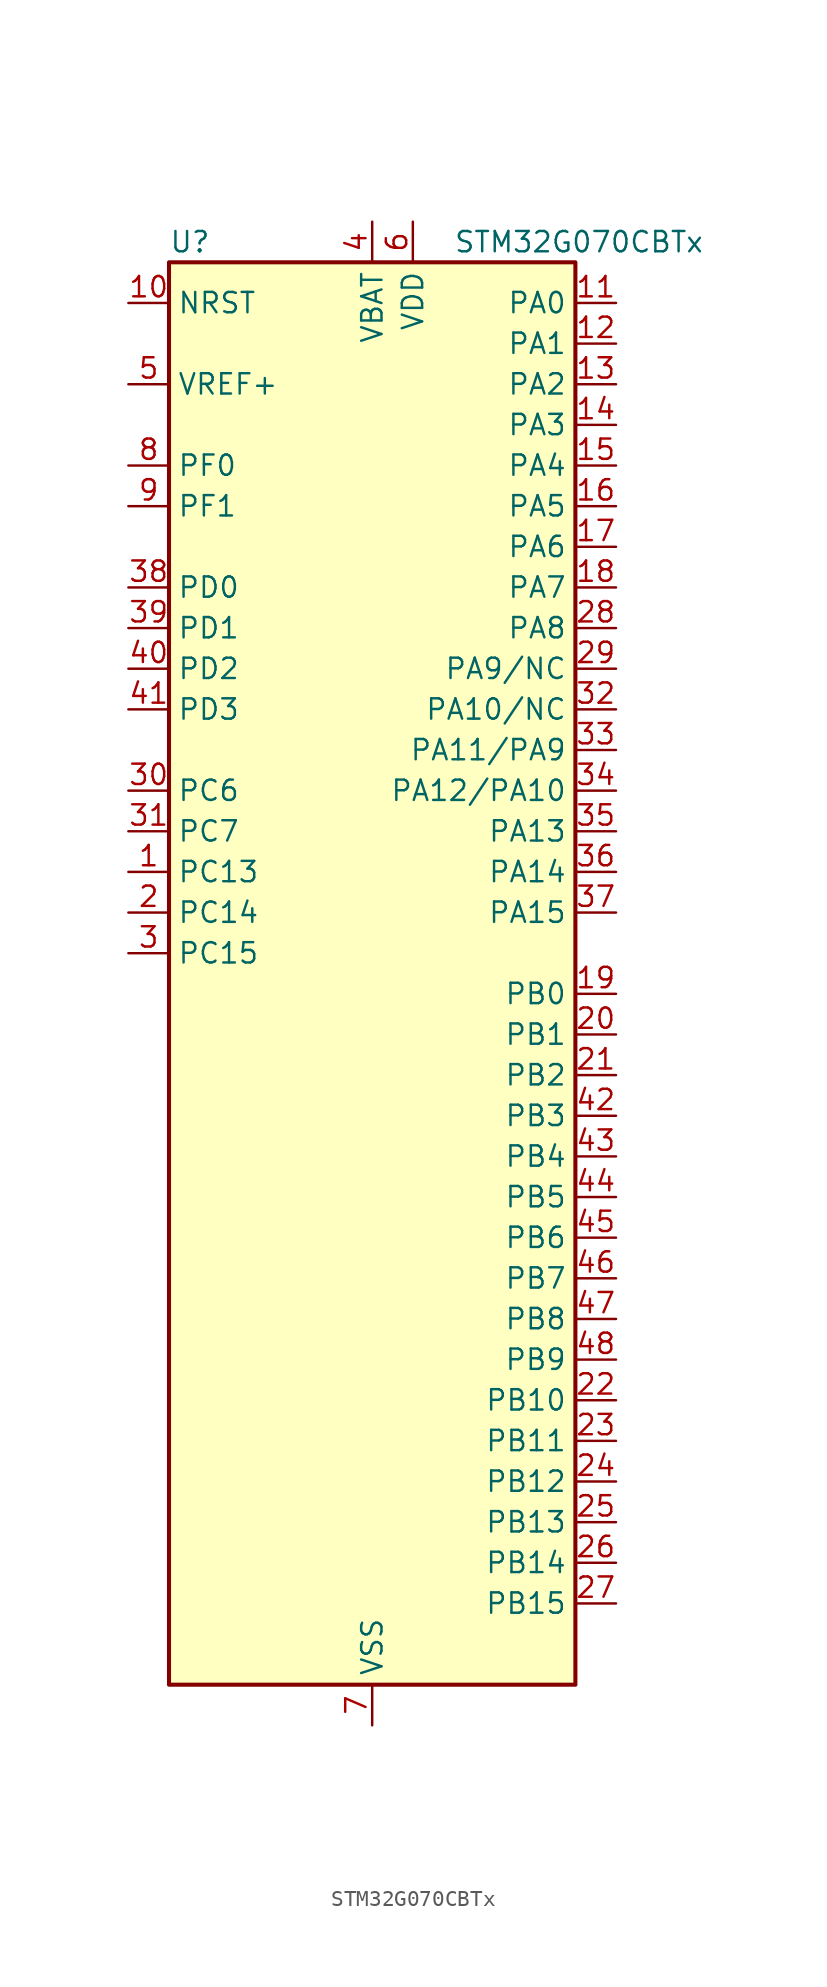
<source format=kicad_sym>
(kicad_symbol_lib
  (version 20231120)
  (generator "kicad_symbol_editor")
  (generator_version "8.0")
  (symbol "STM32G070CBTx"
    (property "Reference" "U"
      (at -12.7 46.99 0)
      (effects (font (size 1.27 1.27)) (justify left)))
    (property "Value" "STM32G070CBTx"
      (at 5.08 46.99 0)
      (effects (font (size 1.27 1.27)) (justify left)))
    (property "ki_locked" ""
      (at 0 0 0)
      (effects (font (size 1.27 1.27))))
    (symbol "STM32G070CBTx_0_1"
      (rectangle (start -12.7 -43.18) (end 12.7 45.72) (stroke (width 0.254) (type default)) (fill (type background))))
    (symbol "STM32G070CBTx_1_1"
      (pin bidirectional line (at -15.24 7.62 0) (length 2.54) (name "PC13" (effects (font (size 1.27 1.27)))) (number "1" (effects (font (size 1.27 1.27)))) (alternate "RTC_OUT_ALARM" bidirectional line) (alternate "RTC_OUT_CALIB" bidirectional line) (alternate "RTC_TAMP_IN1" bidirectional line) (alternate "RTC_TS" bidirectional line) (alternate "SYS_WKUP2" bidirectional line) (alternate "TIM1_BK" bidirectional line))
      (pin input line (at -15.24 43.18 0) (length 2.54) (name "NRST" (effects (font (size 1.27 1.27)))) (number "10" (effects (font (size 1.27 1.27)))))
      (pin bidirectional line (at 15.24 43.18 180) (length 2.54) (name "PA0" (effects (font (size 1.27 1.27)))) (number "11" (effects (font (size 1.27 1.27)))) (alternate "ADC1_IN0" bidirectional line) (alternate "RTC_TAMP_IN2" bidirectional line) (alternate "SPI2_SCK" bidirectional line) (alternate "SYS_WKUP1" bidirectional line) (alternate "USART2_CTS" bidirectional line) (alternate "USART2_NSS" bidirectional line) (alternate "USART4_TX" bidirectional line))
      (pin bidirectional line (at 15.24 40.64 180) (length 2.54) (name "PA1" (effects (font (size 1.27 1.27)))) (number "12" (effects (font (size 1.27 1.27)))) (alternate "ADC1_IN1" bidirectional line) (alternate "I2C1_SMBA" bidirectional line) (alternate "I2S1_CK" bidirectional line) (alternate "SPI1_SCK" bidirectional line) (alternate "TIM15_CH1N" bidirectional line) (alternate "USART2_CK" bidirectional line) (alternate "USART2_DE" bidirectional line) (alternate "USART2_RTS" bidirectional line) (alternate "USART4_RX" bidirectional line))
      (pin bidirectional line (at 15.24 38.1 180) (length 2.54) (name "PA2" (effects (font (size 1.27 1.27)))) (number "13" (effects (font (size 1.27 1.27)))) (alternate "ADC1_IN2" bidirectional line) (alternate "I2S1_SD" bidirectional line) (alternate "RCC_LSCO" bidirectional line) (alternate "SPI1_MOSI" bidirectional line) (alternate "SYS_WKUP4" bidirectional line) (alternate "TIM15_CH1" bidirectional line) (alternate "USART2_TX" bidirectional line))
      (pin bidirectional line (at 15.24 35.56 180) (length 2.54) (name "PA3" (effects (font (size 1.27 1.27)))) (number "14" (effects (font (size 1.27 1.27)))) (alternate "ADC1_IN3" bidirectional line) (alternate "SPI2_MISO" bidirectional line) (alternate "TIM15_CH2" bidirectional line) (alternate "USART2_RX" bidirectional line))
      (pin bidirectional line (at 15.24 33.02 180) (length 2.54) (name "PA4" (effects (font (size 1.27 1.27)))) (number "15" (effects (font (size 1.27 1.27)))) (alternate "ADC1_IN4" bidirectional line) (alternate "I2S1_WS" bidirectional line) (alternate "RTC_OUT_ALARM" bidirectional line) (alternate "RTC_OUT_CALIB" bidirectional line) (alternate "SPI1_NSS" bidirectional line) (alternate "SPI2_MOSI" bidirectional line) (alternate "TIM14_CH1" bidirectional line))
      (pin bidirectional line (at 15.24 30.48 180) (length 2.54) (name "PA5" (effects (font (size 1.27 1.27)))) (number "16" (effects (font (size 1.27 1.27)))) (alternate "ADC1_IN5" bidirectional line) (alternate "I2S1_CK" bidirectional line) (alternate "SPI1_SCK" bidirectional line) (alternate "USART3_TX" bidirectional line))
      (pin bidirectional line (at 15.24 27.94 180) (length 2.54) (name "PA6" (effects (font (size 1.27 1.27)))) (number "17" (effects (font (size 1.27 1.27)))) (alternate "ADC1_IN6" bidirectional line) (alternate "I2S1_MCK" bidirectional line) (alternate "SPI1_MISO" bidirectional line) (alternate "TIM16_CH1" bidirectional line) (alternate "TIM1_BK" bidirectional line) (alternate "TIM3_CH1" bidirectional line) (alternate "USART3_CTS" bidirectional line) (alternate "USART3_NSS" bidirectional line))
      (pin bidirectional line (at 15.24 25.4 180) (length 2.54) (name "PA7" (effects (font (size 1.27 1.27)))) (number "18" (effects (font (size 1.27 1.27)))) (alternate "ADC1_IN7" bidirectional line) (alternate "I2S1_SD" bidirectional line) (alternate "SPI1_MOSI" bidirectional line) (alternate "TIM14_CH1" bidirectional line) (alternate "TIM17_CH1" bidirectional line) (alternate "TIM1_CH1N" bidirectional line) (alternate "TIM3_CH2" bidirectional line))
      (pin bidirectional line (at 15.24 0 180) (length 2.54) (name "PB0" (effects (font (size 1.27 1.27)))) (number "19" (effects (font (size 1.27 1.27)))) (alternate "ADC1_IN8" bidirectional line) (alternate "I2S1_WS" bidirectional line) (alternate "SPI1_NSS" bidirectional line) (alternate "TIM1_CH2N" bidirectional line) (alternate "TIM3_CH3" bidirectional line) (alternate "USART3_RX" bidirectional line))
      (pin bidirectional line (at -15.24 5.08 0) (length 2.54) (name "PC14" (effects (font (size 1.27 1.27)))) (number "2" (effects (font (size 1.27 1.27)))) (alternate "RCC_OSC32_IN" bidirectional line) (alternate "TIM1_BK2" bidirectional line))
      (pin bidirectional line (at 15.24 -2.54 180) (length 2.54) (name "PB1" (effects (font (size 1.27 1.27)))) (number "20" (effects (font (size 1.27 1.27)))) (alternate "ADC1_IN9" bidirectional line) (alternate "TIM14_CH1" bidirectional line) (alternate "TIM1_CH3N" bidirectional line) (alternate "TIM3_CH4" bidirectional line) (alternate "USART3_CK" bidirectional line) (alternate "USART3_DE" bidirectional line) (alternate "USART3_RTS" bidirectional line))
      (pin bidirectional line (at 15.24 -5.08 180) (length 2.54) (name "PB2" (effects (font (size 1.27 1.27)))) (number "21" (effects (font (size 1.27 1.27)))) (alternate "ADC1_IN10" bidirectional line) (alternate "SPI2_MISO" bidirectional line) (alternate "USART3_TX" bidirectional line))
      (pin bidirectional line (at 15.24 -25.4 180) (length 2.54) (name "PB10" (effects (font (size 1.27 1.27)))) (number "22" (effects (font (size 1.27 1.27)))) (alternate "ADC1_IN11" bidirectional line) (alternate "I2C2_SCL" bidirectional line) (alternate "SPI2_SCK" bidirectional line) (alternate "USART3_TX" bidirectional line))
      (pin bidirectional line (at 15.24 -27.94 180) (length 2.54) (name "PB11" (effects (font (size 1.27 1.27)))) (number "23" (effects (font (size 1.27 1.27)))) (alternate "ADC1_EXTI11" bidirectional line) (alternate "ADC1_IN15" bidirectional line) (alternate "I2C2_SDA" bidirectional line) (alternate "SPI2_MOSI" bidirectional line) (alternate "USART3_RX" bidirectional line))
      (pin bidirectional line (at 15.24 -30.48 180) (length 2.54) (name "PB12" (effects (font (size 1.27 1.27)))) (number "24" (effects (font (size 1.27 1.27)))) (alternate "ADC1_IN16" bidirectional line) (alternate "SPI2_NSS" bidirectional line) (alternate "TIM15_BK" bidirectional line) (alternate "TIM1_BK" bidirectional line))
      (pin bidirectional line (at 15.24 -33.02 180) (length 2.54) (name "PB13" (effects (font (size 1.27 1.27)))) (number "25" (effects (font (size 1.27 1.27)))) (alternate "I2C2_SCL" bidirectional line) (alternate "SPI2_SCK" bidirectional line) (alternate "TIM15_CH1N" bidirectional line) (alternate "TIM1_CH1N" bidirectional line) (alternate "USART3_CTS" bidirectional line) (alternate "USART3_NSS" bidirectional line))
      (pin bidirectional line (at 15.24 -35.56 180) (length 2.54) (name "PB14" (effects (font (size 1.27 1.27)))) (number "26" (effects (font (size 1.27 1.27)))) (alternate "I2C2_SDA" bidirectional line) (alternate "SPI2_MISO" bidirectional line) (alternate "TIM15_CH1" bidirectional line) (alternate "TIM1_CH2N" bidirectional line) (alternate "USART3_CK" bidirectional line) (alternate "USART3_DE" bidirectional line) (alternate "USART3_RTS" bidirectional line))
      (pin bidirectional line (at 15.24 -38.1 180) (length 2.54) (name "PB15" (effects (font (size 1.27 1.27)))) (number "27" (effects (font (size 1.27 1.27)))) (alternate "RTC_REFIN" bidirectional line) (alternate "SPI2_MOSI" bidirectional line) (alternate "TIM15_CH1N" bidirectional line) (alternate "TIM15_CH2" bidirectional line) (alternate "TIM1_CH3N" bidirectional line))
      (pin bidirectional line (at 15.24 22.86 180) (length 2.54) (name "PA8" (effects (font (size 1.27 1.27)))) (number "28" (effects (font (size 1.27 1.27)))) (alternate "RCC_MCO" bidirectional line) (alternate "SPI2_NSS" bidirectional line) (alternate "TIM1_CH1" bidirectional line))
      (pin bidirectional line (at 15.24 20.32 180) (length 2.54) (name "PA9/NC" (effects (font (size 1.27 1.27)))) (number "29" (effects (font (size 1.27 1.27)))) (alternate "I2C1_SCL" bidirectional line) (alternate "RCC_MCO" bidirectional line) (alternate "SPI2_MISO" bidirectional line) (alternate "TIM15_BK" bidirectional line) (alternate "TIM1_CH2" bidirectional line) (alternate "USART1_TX" bidirectional line))
      (pin bidirectional line (at -15.24 2.54 0) (length 2.54) (name "PC15" (effects (font (size 1.27 1.27)))) (number "3" (effects (font (size 1.27 1.27)))) (alternate "RCC_OSC32_EN" bidirectional line) (alternate "RCC_OSC32_OUT" bidirectional line) (alternate "RCC_OSC_EN" bidirectional line) (alternate "TIM15_BK" bidirectional line))
      (pin bidirectional line (at -15.24 12.7 0) (length 2.54) (name "PC6" (effects (font (size 1.27 1.27)))) (number "30" (effects (font (size 1.27 1.27)))) (alternate "TIM3_CH1" bidirectional line))
      (pin bidirectional line (at -15.24 10.16 0) (length 2.54) (name "PC7" (effects (font (size 1.27 1.27)))) (number "31" (effects (font (size 1.27 1.27)))) (alternate "TIM3_CH2" bidirectional line))
      (pin bidirectional line (at 15.24 17.78 180) (length 2.54) (name "PA10/NC" (effects (font (size 1.27 1.27)))) (number "32" (effects (font (size 1.27 1.27)))) (alternate "I2C1_SDA" bidirectional line) (alternate "SPI2_MOSI" bidirectional line) (alternate "TIM17_BK" bidirectional line) (alternate "TIM1_CH3" bidirectional line) (alternate "USART1_RX" bidirectional line))
      (pin bidirectional line (at 15.24 15.24 180) (length 2.54) (name "PA11/PA9" (effects (font (size 1.27 1.27)))) (number "33" (effects (font (size 1.27 1.27)))) (alternate "ADC1_EXTI11" bidirectional line) (alternate "I2C2_SCL" bidirectional line) (alternate "I2S1_MCK" bidirectional line) (alternate "SPI1_MISO" bidirectional line) (alternate "TIM1_BK2" bidirectional line) (alternate "TIM1_CH4" bidirectional line) (alternate "USART1_CTS" bidirectional line) (alternate "USART1_NSS" bidirectional line))
      (pin bidirectional line (at 15.24 12.7 180) (length 2.54) (name "PA12/PA10" (effects (font (size 1.27 1.27)))) (number "34" (effects (font (size 1.27 1.27)))) (alternate "I2C2_SDA" bidirectional line) (alternate "I2S1_SD" bidirectional line) (alternate "I2S_CKIN" bidirectional line) (alternate "SPI1_MOSI" bidirectional line) (alternate "TIM1_ETR" bidirectional line) (alternate "USART1_CK" bidirectional line) (alternate "USART1_DE" bidirectional line) (alternate "USART1_RTS" bidirectional line))
      (pin bidirectional line (at 15.24 10.16 180) (length 2.54) (name "PA13" (effects (font (size 1.27 1.27)))) (number "35" (effects (font (size 1.27 1.27)))) (alternate "IR_OUT" bidirectional line) (alternate "SYS_SWDIO" bidirectional line))
      (pin bidirectional line (at 15.24 7.62 180) (length 2.54) (name "PA14" (effects (font (size 1.27 1.27)))) (number "36" (effects (font (size 1.27 1.27)))) (alternate "SYS_SWCLK" bidirectional line) (alternate "USART2_TX" bidirectional line))
      (pin bidirectional line (at 15.24 5.08 180) (length 2.54) (name "PA15" (effects (font (size 1.27 1.27)))) (number "37" (effects (font (size 1.27 1.27)))) (alternate "I2S1_WS" bidirectional line) (alternate "SPI1_NSS" bidirectional line) (alternate "USART2_RX" bidirectional line) (alternate "USART3_CK" bidirectional line) (alternate "USART3_DE" bidirectional line) (alternate "USART3_RTS" bidirectional line) (alternate "USART4_CK" bidirectional line) (alternate "USART4_DE" bidirectional line) (alternate "USART4_RTS" bidirectional line))
      (pin bidirectional line (at -15.24 25.4 0) (length 2.54) (name "PD0" (effects (font (size 1.27 1.27)))) (number "38" (effects (font (size 1.27 1.27)))) (alternate "SPI2_NSS" bidirectional line) (alternate "TIM16_CH1" bidirectional line))
      (pin bidirectional line (at -15.24 22.86 0) (length 2.54) (name "PD1" (effects (font (size 1.27 1.27)))) (number "39" (effects (font (size 1.27 1.27)))) (alternate "SPI2_SCK" bidirectional line) (alternate "TIM17_CH1" bidirectional line))
      (pin power_in line (at 0 48.26 270) (length 2.54) (name "VBAT" (effects (font (size 1.27 1.27)))) (number "4" (effects (font (size 1.27 1.27)))))
      (pin bidirectional line (at -15.24 20.32 0) (length 2.54) (name "PD2" (effects (font (size 1.27 1.27)))) (number "40" (effects (font (size 1.27 1.27)))) (alternate "TIM1_CH1N" bidirectional line) (alternate "TIM3_ETR" bidirectional line) (alternate "USART3_CK" bidirectional line) (alternate "USART3_DE" bidirectional line) (alternate "USART3_RTS" bidirectional line))
      (pin bidirectional line (at -15.24 17.78 0) (length 2.54) (name "PD3" (effects (font (size 1.27 1.27)))) (number "41" (effects (font (size 1.27 1.27)))) (alternate "SPI2_MISO" bidirectional line) (alternate "TIM1_CH2N" bidirectional line) (alternate "USART2_CTS" bidirectional line) (alternate "USART2_NSS" bidirectional line))
      (pin bidirectional line (at 15.24 -7.62 180) (length 2.54) (name "PB3" (effects (font (size 1.27 1.27)))) (number "42" (effects (font (size 1.27 1.27)))) (alternate "I2S1_CK" bidirectional line) (alternate "SPI1_SCK" bidirectional line) (alternate "TIM1_CH2" bidirectional line) (alternate "USART1_CK" bidirectional line) (alternate "USART1_DE" bidirectional line) (alternate "USART1_RTS" bidirectional line))
      (pin bidirectional line (at 15.24 -10.16 180) (length 2.54) (name "PB4" (effects (font (size 1.27 1.27)))) (number "43" (effects (font (size 1.27 1.27)))) (alternate "I2S1_MCK" bidirectional line) (alternate "SPI1_MISO" bidirectional line) (alternate "TIM17_BK" bidirectional line) (alternate "TIM3_CH1" bidirectional line) (alternate "USART1_CTS" bidirectional line) (alternate "USART1_NSS" bidirectional line))
      (pin bidirectional line (at 15.24 -12.7 180) (length 2.54) (name "PB5" (effects (font (size 1.27 1.27)))) (number "44" (effects (font (size 1.27 1.27)))) (alternate "I2C1_SMBA" bidirectional line) (alternate "I2S1_SD" bidirectional line) (alternate "SPI1_MOSI" bidirectional line) (alternate "SYS_WKUP6" bidirectional line) (alternate "TIM16_BK" bidirectional line) (alternate "TIM3_CH2" bidirectional line))
      (pin bidirectional line (at 15.24 -15.24 180) (length 2.54) (name "PB6" (effects (font (size 1.27 1.27)))) (number "45" (effects (font (size 1.27 1.27)))) (alternate "I2C1_SCL" bidirectional line) (alternate "SPI2_MISO" bidirectional line) (alternate "TIM16_CH1N" bidirectional line) (alternate "TIM1_CH3" bidirectional line) (alternate "USART1_TX" bidirectional line))
      (pin bidirectional line (at 15.24 -17.78 180) (length 2.54) (name "PB7" (effects (font (size 1.27 1.27)))) (number "46" (effects (font (size 1.27 1.27)))) (alternate "I2C1_SDA" bidirectional line) (alternate "SPI2_MOSI" bidirectional line) (alternate "TIM17_CH1N" bidirectional line) (alternate "USART1_RX" bidirectional line) (alternate "USART4_CTS" bidirectional line) (alternate "USART4_NSS" bidirectional line))
      (pin bidirectional line (at 15.24 -20.32 180) (length 2.54) (name "PB8" (effects (font (size 1.27 1.27)))) (number "47" (effects (font (size 1.27 1.27)))) (alternate "I2C1_SCL" bidirectional line) (alternate "SPI2_SCK" bidirectional line) (alternate "TIM15_BK" bidirectional line) (alternate "TIM16_CH1" bidirectional line) (alternate "USART3_TX" bidirectional line))
      (pin bidirectional line (at 15.24 -22.86 180) (length 2.54) (name "PB9" (effects (font (size 1.27 1.27)))) (number "48" (effects (font (size 1.27 1.27)))) (alternate "I2C1_SDA" bidirectional line) (alternate "IR_OUT" bidirectional line) (alternate "SPI2_NSS" bidirectional line) (alternate "TIM17_CH1" bidirectional line) (alternate "USART3_RX" bidirectional line))
      (pin input line (at -15.24 38.1 0) (length 2.54) (name "VREF+" (effects (font (size 1.27 1.27)))) (number "5" (effects (font (size 1.27 1.27)))))
      (pin power_in line (at 2.54 48.26 270) (length 2.54) (name "VDD" (effects (font (size 1.27 1.27)))) (number "6" (effects (font (size 1.27 1.27)))))
      (pin power_in line (at 0 -45.72 90) (length 2.54) (name "VSS" (effects (font (size 1.27 1.27)))) (number "7" (effects (font (size 1.27 1.27)))))
      (pin bidirectional line (at -15.24 33.02 0) (length 2.54) (name "PF0" (effects (font (size 1.27 1.27)))) (number "8" (effects (font (size 1.27 1.27)))) (alternate "RCC_OSC_IN" bidirectional line) (alternate "TIM14_CH1" bidirectional line))
      (pin bidirectional line (at -15.24 30.48 0) (length 2.54) (name "PF1" (effects (font (size 1.27 1.27)))) (number "9" (effects (font (size 1.27 1.27)))) (alternate "RCC_OSC_EN" bidirectional line) (alternate "RCC_OSC_OUT" bidirectional line) (alternate "TIM15_CH1N" bidirectional line)))))
</source>
